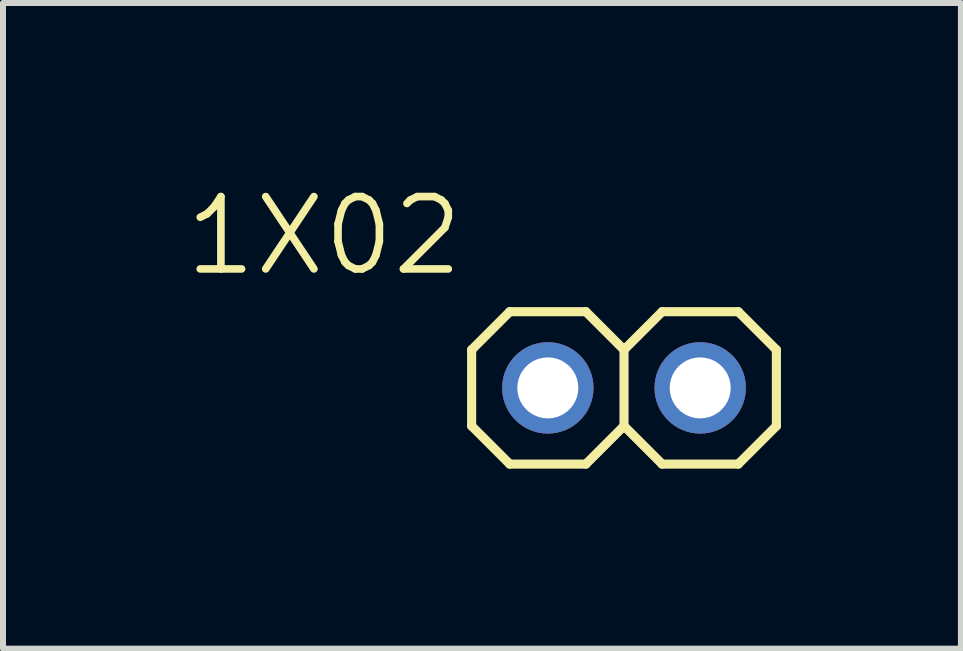
<source format=kicad_pcb>
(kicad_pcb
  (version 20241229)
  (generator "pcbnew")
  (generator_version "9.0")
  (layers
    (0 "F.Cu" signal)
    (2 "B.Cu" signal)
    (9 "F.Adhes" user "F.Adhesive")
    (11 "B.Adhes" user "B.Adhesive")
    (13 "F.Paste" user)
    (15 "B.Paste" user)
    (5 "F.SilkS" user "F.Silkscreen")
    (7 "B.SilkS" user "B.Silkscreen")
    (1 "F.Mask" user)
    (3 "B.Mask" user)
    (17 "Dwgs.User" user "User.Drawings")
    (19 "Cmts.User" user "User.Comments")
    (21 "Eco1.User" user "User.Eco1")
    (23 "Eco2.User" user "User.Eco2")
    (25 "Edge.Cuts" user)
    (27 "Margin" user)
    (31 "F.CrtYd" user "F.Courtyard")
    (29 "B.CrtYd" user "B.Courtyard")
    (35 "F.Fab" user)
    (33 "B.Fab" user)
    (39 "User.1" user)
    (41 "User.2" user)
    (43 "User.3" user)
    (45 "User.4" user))
  (footprint "1X02"
    (layer "F.Cu")
    (at 7.352 3.416)
    (property "Reference" "1X02" (at -2.616 -1.829 180) (layer "F.SilkS") (effects (font (size 1.206 1.206) (thickness 0.127)) (justify right bottom)))
    (attr through_hole)
    (fp_line (start -2.54 -0.635) (end -2.54 0.635) (stroke (width 0.152) (type solid)) (layer "F.SilkS"))
    (fp_line (start -2.54 0.635) (end -1.905 1.27) (stroke (width 0.152) (type solid)) (layer "F.SilkS"))
    (fp_line (start -1.905 -1.27) (end -2.54 -0.635) (stroke (width 0.152) (type solid)) (layer "F.SilkS"))
    (fp_line (start -1.905 -1.27) (end -0.635 -1.27) (stroke (width 0.152) (type solid)) (layer "F.SilkS"))
    (fp_line (start -0.635 -1.27) (end 0 -0.635) (stroke (width 0.152) (type solid)) (layer "F.SilkS"))
    (fp_line (start -0.635 1.27) (end -1.905 1.27) (stroke (width 0.152) (type solid)) (layer "F.SilkS"))
    (fp_line (start 0 -0.635) (end 0 0.635) (stroke (width 0.152) (type solid)) (layer "F.SilkS"))
    (fp_line (start 0 -0.635) (end 0.635 -1.27) (stroke (width 0.152) (type solid)) (layer "F.SilkS"))
    (fp_line (start 0 0.635) (end -0.635 1.27) (stroke (width 0.152) (type solid)) (layer "F.SilkS"))
    (fp_line (start 0.635 -1.27) (end 1.905 -1.27) (stroke (width 0.152) (type solid)) (layer "F.SilkS"))
    (fp_line (start 0.635 1.27) (end 0 0.635) (stroke (width 0.152) (type solid)) (layer "F.SilkS"))
    (fp_line (start 1.905 -1.27) (end 2.54 -0.635) (stroke (width 0.152) (type solid)) (layer "F.SilkS"))
    (fp_line (start 1.905 1.27) (end 0.635 1.27) (stroke (width 0.152) (type solid)) (layer "F.SilkS"))
    (fp_line (start 2.54 -0.635) (end 2.54 0.635) (stroke (width 0.152) (type solid)) (layer "F.SilkS"))
    (fp_line (start 2.54 0.635) (end 1.905 1.27) (stroke (width 0.152) (type solid)) (layer "F.SilkS"))
    (fp_poly (pts (xy -1.524 0.254) (xy -1.016 0.254) (xy -1.016 -0.254) (xy -1.524 -0.254)) (stroke (width 0.1) (type solid)) (fill no) (layer "F.Fab"))
    (fp_poly (pts (xy 1.016 0.254) (xy 1.524 0.254) (xy 1.524 -0.254) (xy 1.016 -0.254)) (stroke (width 0.1) (type solid)) (fill no) (layer "F.Fab"))
    (pad "1" thru_hole circle (at -1.27 0 90) (size 1.524 1.524) (drill 1.016) (layers "*.Cu" "*.Mask"))
    (pad "2" thru_hole circle (at 1.27 0 90) (size 1.524 1.524) (drill 1.016) (layers "*.Cu" "*.Mask")))
  (gr_rect
    (start -3 -3)
    (end 12.968 7.763)
    (stroke (width 0.1) (type default))
    (fill no)
    (layer "Edge.Cuts")))
</source>
